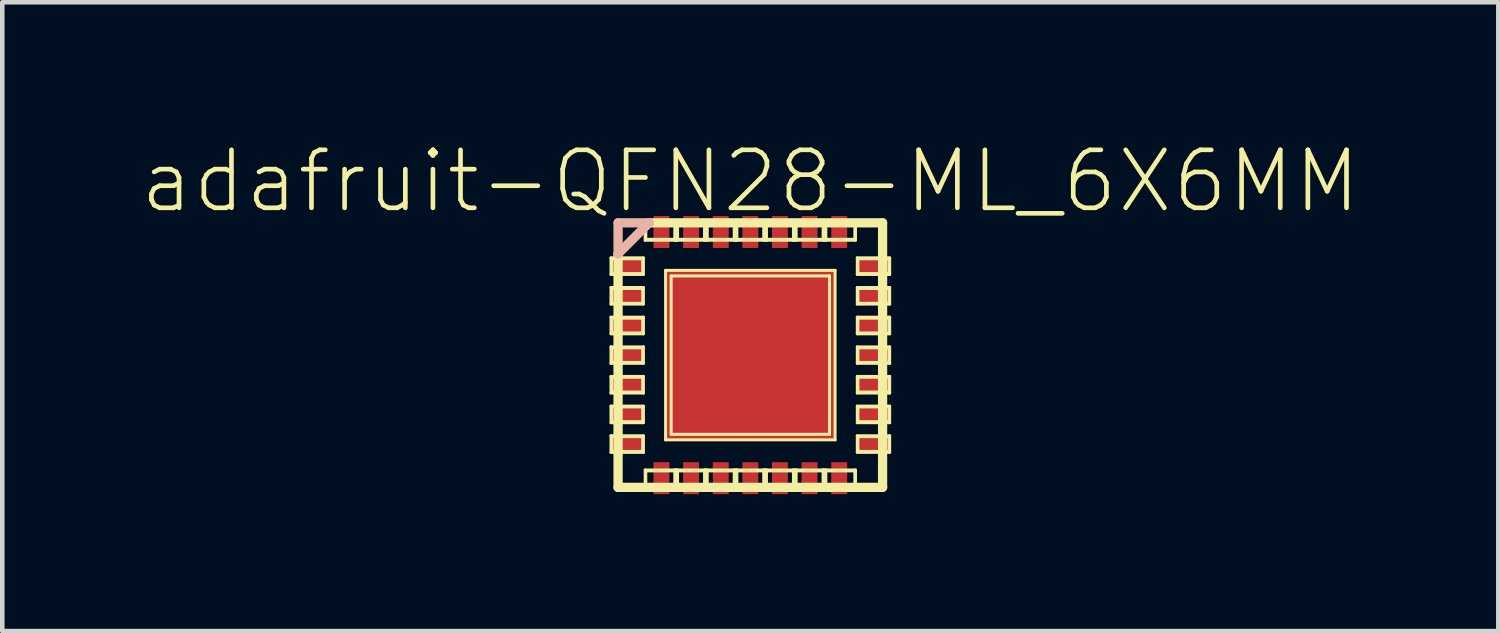
<source format=kicad_pcb>
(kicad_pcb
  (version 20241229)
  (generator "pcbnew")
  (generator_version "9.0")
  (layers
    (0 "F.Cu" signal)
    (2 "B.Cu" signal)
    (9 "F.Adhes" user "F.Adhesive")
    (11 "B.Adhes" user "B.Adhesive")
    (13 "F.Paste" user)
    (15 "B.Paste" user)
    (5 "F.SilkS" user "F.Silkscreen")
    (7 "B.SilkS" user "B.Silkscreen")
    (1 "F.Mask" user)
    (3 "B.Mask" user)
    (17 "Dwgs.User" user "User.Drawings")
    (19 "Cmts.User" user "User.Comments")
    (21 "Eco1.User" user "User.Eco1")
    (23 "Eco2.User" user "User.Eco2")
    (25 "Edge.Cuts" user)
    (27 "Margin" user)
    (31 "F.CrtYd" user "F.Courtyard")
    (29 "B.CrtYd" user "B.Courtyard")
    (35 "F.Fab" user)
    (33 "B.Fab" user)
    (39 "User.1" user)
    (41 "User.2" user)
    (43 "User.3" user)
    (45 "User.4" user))
  (footprint "adafruit-QFN28-ML_6X6MM"
    (layer "F.Cu")
    (at 13.391 4.731)
    (property "Reference" "adafruit-QFN28-ML_6X6MM" (at 0 -3.81 0) (layer "F.SilkS") (effects (font (size 1.27 1.27) (thickness 0.102))))
    (attr smd)
    (fp_line (start -3.053 -2.131) (end -2.344 -2.131) (stroke (width 0.066) (type solid)) (layer "F.SilkS"))
    (fp_line (start -3.053 -1.768) (end -3.053 -2.131) (stroke (width 0.066) (type solid)) (layer "F.SilkS"))
    (fp_line (start -3.053 -1.768) (end -2.344 -1.768) (stroke (width 0.066) (type solid)) (layer "F.SilkS"))
    (fp_line (start -3.053 -1.481) (end -2.344 -1.481) (stroke (width 0.066) (type solid)) (layer "F.SilkS"))
    (fp_line (start -3.053 -1.118) (end -3.053 -1.481) (stroke (width 0.066) (type solid)) (layer "F.SilkS"))
    (fp_line (start -3.053 -1.118) (end -2.344 -1.118) (stroke (width 0.066) (type solid)) (layer "F.SilkS"))
    (fp_line (start -3.053 -0.831) (end -2.344 -0.831) (stroke (width 0.066) (type solid)) (layer "F.SilkS"))
    (fp_line (start -3.053 -0.467) (end -3.053 -0.831) (stroke (width 0.066) (type solid)) (layer "F.SilkS"))
    (fp_line (start -3.053 -0.467) (end -2.344 -0.467) (stroke (width 0.066) (type solid)) (layer "F.SilkS"))
    (fp_line (start -3.053 -0.18) (end -2.344 -0.18) (stroke (width 0.066) (type solid)) (layer "F.SilkS"))
    (fp_line (start -3.053 0.18) (end -3.053 -0.18) (stroke (width 0.066) (type solid)) (layer "F.SilkS"))
    (fp_line (start -3.053 0.18) (end -2.344 0.18) (stroke (width 0.066) (type solid)) (layer "F.SilkS"))
    (fp_line (start -3.053 0.467) (end -2.344 0.467) (stroke (width 0.066) (type solid)) (layer "F.SilkS"))
    (fp_line (start -3.053 0.831) (end -3.053 0.467) (stroke (width 0.066) (type solid)) (layer "F.SilkS"))
    (fp_line (start -3.053 0.831) (end -2.344 0.831) (stroke (width 0.066) (type solid)) (layer "F.SilkS"))
    (fp_line (start -3.053 1.118) (end -2.344 1.118) (stroke (width 0.066) (type solid)) (layer "F.SilkS"))
    (fp_line (start -3.053 1.481) (end -3.053 1.118) (stroke (width 0.066) (type solid)) (layer "F.SilkS"))
    (fp_line (start -3.053 1.481) (end -2.344 1.481) (stroke (width 0.066) (type solid)) (layer "F.SilkS"))
    (fp_line (start -3.053 1.768) (end -2.344 1.768) (stroke (width 0.066) (type solid)) (layer "F.SilkS"))
    (fp_line (start -3.053 2.131) (end -3.053 1.768) (stroke (width 0.066) (type solid)) (layer "F.SilkS"))
    (fp_line (start -3.053 2.131) (end -2.344 2.131) (stroke (width 0.066) (type solid)) (layer "F.SilkS"))
    (fp_line (start -3.04 -2.111) (end -2.357 -2.111) (stroke (width 0.066) (type solid)) (layer "F.SilkS"))
    (fp_line (start -3.04 -1.786) (end -3.04 -2.111) (stroke (width 0.066) (type solid)) (layer "F.SilkS"))
    (fp_line (start -3.04 -1.786) (end -2.357 -1.786) (stroke (width 0.066) (type solid)) (layer "F.SilkS"))
    (fp_line (start -3.04 -1.46) (end -2.357 -1.46) (stroke (width 0.066) (type solid)) (layer "F.SilkS"))
    (fp_line (start -3.04 -1.135) (end -3.04 -1.46) (stroke (width 0.066) (type solid)) (layer "F.SilkS"))
    (fp_line (start -3.04 -1.135) (end -2.357 -1.135) (stroke (width 0.066) (type solid)) (layer "F.SilkS"))
    (fp_line (start -3.04 -0.81) (end -2.357 -0.81) (stroke (width 0.066) (type solid)) (layer "F.SilkS"))
    (fp_line (start -3.04 -0.485) (end -3.04 -0.81) (stroke (width 0.066) (type solid)) (layer "F.SilkS"))
    (fp_line (start -3.04 -0.485) (end -2.357 -0.485) (stroke (width 0.066) (type solid)) (layer "F.SilkS"))
    (fp_line (start -3.04 -0.16) (end -2.357 -0.16) (stroke (width 0.066) (type solid)) (layer "F.SilkS"))
    (fp_line (start -3.04 0.16) (end -3.04 -0.16) (stroke (width 0.066) (type solid)) (layer "F.SilkS"))
    (fp_line (start -3.04 0.16) (end -2.357 0.16) (stroke (width 0.066) (type solid)) (layer "F.SilkS"))
    (fp_line (start -3.04 0.485) (end -2.357 0.485) (stroke (width 0.066) (type solid)) (layer "F.SilkS"))
    (fp_line (start -3.04 0.81) (end -3.04 0.485) (stroke (width 0.066) (type solid)) (layer "F.SilkS"))
    (fp_line (start -3.04 0.81) (end -2.357 0.81) (stroke (width 0.066) (type solid)) (layer "F.SilkS"))
    (fp_line (start -3.04 1.135) (end -2.357 1.135) (stroke (width 0.066) (type solid)) (layer "F.SilkS"))
    (fp_line (start -3.04 1.46) (end -3.04 1.135) (stroke (width 0.066) (type solid)) (layer "F.SilkS"))
    (fp_line (start -3.04 1.46) (end -2.357 1.46) (stroke (width 0.066) (type solid)) (layer "F.SilkS"))
    (fp_line (start -3.04 1.786) (end -2.357 1.786) (stroke (width 0.066) (type solid)) (layer "F.SilkS"))
    (fp_line (start -3.04 2.111) (end -3.04 1.786) (stroke (width 0.066) (type solid)) (layer "F.SilkS"))
    (fp_line (start -3.04 2.111) (end -2.357 2.111) (stroke (width 0.066) (type solid)) (layer "F.SilkS"))
    (fp_line (start -2.898 -2.22) (end -2.898 2.898) (stroke (width 0.203) (type solid)) (layer "F.SilkS"))
    (fp_line (start -2.898 2.898) (end 2.898 2.898) (stroke (width 0.203) (type solid)) (layer "F.SilkS"))
    (fp_line (start -2.357 -1.786) (end -2.357 -2.111) (stroke (width 0.066) (type solid)) (layer "F.SilkS"))
    (fp_line (start -2.357 -1.135) (end -2.357 -1.46) (stroke (width 0.066) (type solid)) (layer "F.SilkS"))
    (fp_line (start -2.357 -0.485) (end -2.357 -0.81) (stroke (width 0.066) (type solid)) (layer "F.SilkS"))
    (fp_line (start -2.357 0.16) (end -2.357 -0.16) (stroke (width 0.066) (type solid)) (layer "F.SilkS"))
    (fp_line (start -2.357 0.81) (end -2.357 0.485) (stroke (width 0.066) (type solid)) (layer "F.SilkS"))
    (fp_line (start -2.357 1.46) (end -2.357 1.135) (stroke (width 0.066) (type solid)) (layer "F.SilkS"))
    (fp_line (start -2.357 2.111) (end -2.357 1.786) (stroke (width 0.066) (type solid)) (layer "F.SilkS"))
    (fp_line (start -2.344 -1.768) (end -2.344 -2.131) (stroke (width 0.066) (type solid)) (layer "F.SilkS"))
    (fp_line (start -2.344 -1.118) (end -2.344 -1.481) (stroke (width 0.066) (type solid)) (layer "F.SilkS"))
    (fp_line (start -2.344 -0.467) (end -2.344 -0.831) (stroke (width 0.066) (type solid)) (layer "F.SilkS"))
    (fp_line (start -2.344 0.18) (end -2.344 -0.18) (stroke (width 0.066) (type solid)) (layer "F.SilkS"))
    (fp_line (start -2.344 0.831) (end -2.344 0.467) (stroke (width 0.066) (type solid)) (layer "F.SilkS"))
    (fp_line (start -2.344 1.481) (end -2.344 1.118) (stroke (width 0.066) (type solid)) (layer "F.SilkS"))
    (fp_line (start -2.344 2.131) (end -2.344 1.768) (stroke (width 0.066) (type solid)) (layer "F.SilkS"))
    (fp_line (start -2.304 -2.88) (end -1.595 -2.88) (stroke (width 0.066) (type solid)) (layer "F.SilkS"))
    (fp_line (start -2.304 -2.517) (end -2.304 -2.88) (stroke (width 0.066) (type solid)) (layer "F.SilkS"))
    (fp_line (start -2.304 -2.517) (end -1.595 -2.517) (stroke (width 0.066) (type solid)) (layer "F.SilkS"))
    (fp_line (start -2.304 2.517) (end -1.595 2.517) (stroke (width 0.066) (type solid)) (layer "F.SilkS"))
    (fp_line (start -2.304 2.88) (end -2.304 2.517) (stroke (width 0.066) (type solid)) (layer "F.SilkS"))
    (fp_line (start -2.304 2.88) (end -1.595 2.88) (stroke (width 0.066) (type solid)) (layer "F.SilkS"))
    (fp_line (start -2.291 -2.863) (end -1.608 -2.863) (stroke (width 0.066) (type solid)) (layer "F.SilkS"))
    (fp_line (start -2.291 -2.537) (end -2.291 -2.863) (stroke (width 0.066) (type solid)) (layer "F.SilkS"))
    (fp_line (start -2.291 -2.537) (end -1.608 -2.537) (stroke (width 0.066) (type solid)) (layer "F.SilkS"))
    (fp_line (start -2.291 2.537) (end -1.608 2.537) (stroke (width 0.066) (type solid)) (layer "F.SilkS"))
    (fp_line (start -2.291 2.863) (end -2.291 2.537) (stroke (width 0.066) (type solid)) (layer "F.SilkS"))
    (fp_line (start -2.291 2.863) (end -1.608 2.863) (stroke (width 0.066) (type solid)) (layer "F.SilkS"))
    (fp_line (start -1.857 -1.857) (end 1.857 -1.857) (stroke (width 0.066) (type solid)) (layer "F.SilkS"))
    (fp_line (start -1.857 1.857) (end -1.857 -1.857) (stroke (width 0.066) (type solid)) (layer "F.SilkS"))
    (fp_line (start -1.857 1.857) (end 1.857 1.857) (stroke (width 0.066) (type solid)) (layer "F.SilkS"))
    (fp_line (start -1.735 -1.735) (end 1.735 -1.735) (stroke (width 0.066) (type solid)) (layer "F.SilkS"))
    (fp_line (start -1.735 1.735) (end -1.735 -1.735) (stroke (width 0.066) (type solid)) (layer "F.SilkS"))
    (fp_line (start -1.735 1.735) (end 1.735 1.735) (stroke (width 0.066) (type solid)) (layer "F.SilkS"))
    (fp_line (start -1.654 -2.88) (end -0.945 -2.88) (stroke (width 0.066) (type solid)) (layer "F.SilkS"))
    (fp_line (start -1.654 -2.517) (end -1.654 -2.88) (stroke (width 0.066) (type solid)) (layer "F.SilkS"))
    (fp_line (start -1.654 -2.517) (end -0.945 -2.517) (stroke (width 0.066) (type solid)) (layer "F.SilkS"))
    (fp_line (start -1.654 2.517) (end -0.945 2.517) (stroke (width 0.066) (type solid)) (layer "F.SilkS"))
    (fp_line (start -1.654 2.88) (end -1.654 2.517) (stroke (width 0.066) (type solid)) (layer "F.SilkS"))
    (fp_line (start -1.654 2.88) (end -0.945 2.88) (stroke (width 0.066) (type solid)) (layer "F.SilkS"))
    (fp_line (start -1.641 -2.863) (end -0.958 -2.863) (stroke (width 0.066) (type solid)) (layer "F.SilkS"))
    (fp_line (start -1.641 -2.537) (end -1.641 -2.863) (stroke (width 0.066) (type solid)) (layer "F.SilkS"))
    (fp_line (start -1.641 -2.537) (end -0.958 -2.537) (stroke (width 0.066) (type solid)) (layer "F.SilkS"))
    (fp_line (start -1.641 2.537) (end -0.958 2.537) (stroke (width 0.066) (type solid)) (layer "F.SilkS"))
    (fp_line (start -1.641 2.863) (end -1.641 2.537) (stroke (width 0.066) (type solid)) (layer "F.SilkS"))
    (fp_line (start -1.641 2.863) (end -0.958 2.863) (stroke (width 0.066) (type solid)) (layer "F.SilkS"))
    (fp_line (start -1.608 -2.537) (end -1.608 -2.863) (stroke (width 0.066) (type solid)) (layer "F.SilkS"))
    (fp_line (start -1.608 2.863) (end -1.608 2.537) (stroke (width 0.066) (type solid)) (layer "F.SilkS"))
    (fp_line (start -1.595 -2.517) (end -1.595 -2.88) (stroke (width 0.066) (type solid)) (layer "F.SilkS"))
    (fp_line (start -1.595 2.88) (end -1.595 2.517) (stroke (width 0.066) (type solid)) (layer "F.SilkS"))
    (fp_line (start -1.003 -2.88) (end -0.295 -2.88) (stroke (width 0.066) (type solid)) (layer "F.SilkS"))
    (fp_line (start -1.003 -2.517) (end -1.003 -2.88) (stroke (width 0.066) (type solid)) (layer "F.SilkS"))
    (fp_line (start -1.003 -2.517) (end -0.295 -2.517) (stroke (width 0.066) (type solid)) (layer "F.SilkS"))
    (fp_line (start -1.003 2.517) (end -0.295 2.517) (stroke (width 0.066) (type solid)) (layer "F.SilkS"))
    (fp_line (start -1.003 2.88) (end -1.003 2.517) (stroke (width 0.066) (type solid)) (layer "F.SilkS"))
    (fp_line (start -1.003 2.88) (end -0.295 2.88) (stroke (width 0.066) (type solid)) (layer "F.SilkS"))
    (fp_line (start -0.991 -2.863) (end -0.307 -2.863) (stroke (width 0.066) (type solid)) (layer "F.SilkS"))
    (fp_line (start -0.991 -2.537) (end -0.991 -2.863) (stroke (width 0.066) (type solid)) (layer "F.SilkS"))
    (fp_line (start -0.991 -2.537) (end -0.307 -2.537) (stroke (width 0.066) (type solid)) (layer "F.SilkS"))
    (fp_line (start -0.991 2.537) (end -0.307 2.537) (stroke (width 0.066) (type solid)) (layer "F.SilkS"))
    (fp_line (start -0.991 2.863) (end -0.991 2.537) (stroke (width 0.066) (type solid)) (layer "F.SilkS"))
    (fp_line (start -0.991 2.863) (end -0.307 2.863) (stroke (width 0.066) (type solid)) (layer "F.SilkS"))
    (fp_line (start -0.958 -2.537) (end -0.958 -2.863) (stroke (width 0.066) (type solid)) (layer "F.SilkS"))
    (fp_line (start -0.958 2.863) (end -0.958 2.537) (stroke (width 0.066) (type solid)) (layer "F.SilkS"))
    (fp_line (start -0.945 -2.517) (end -0.945 -2.88) (stroke (width 0.066) (type solid)) (layer "F.SilkS"))
    (fp_line (start -0.945 2.88) (end -0.945 2.517) (stroke (width 0.066) (type solid)) (layer "F.SilkS"))
    (fp_line (start -0.353 -2.88) (end 0.353 -2.88) (stroke (width 0.066) (type solid)) (layer "F.SilkS"))
    (fp_line (start -0.353 -2.517) (end -0.353 -2.88) (stroke (width 0.066) (type solid)) (layer "F.SilkS"))
    (fp_line (start -0.353 -2.517) (end 0.353 -2.517) (stroke (width 0.066) (type solid)) (layer "F.SilkS"))
    (fp_line (start -0.353 2.517) (end 0.353 2.517) (stroke (width 0.066) (type solid)) (layer "F.SilkS"))
    (fp_line (start -0.353 2.88) (end -0.353 2.517) (stroke (width 0.066) (type solid)) (layer "F.SilkS"))
    (fp_line (start -0.353 2.88) (end 0.353 2.88) (stroke (width 0.066) (type solid)) (layer "F.SilkS"))
    (fp_line (start -0.34 -2.863) (end 0.34 -2.863) (stroke (width 0.066) (type solid)) (layer "F.SilkS"))
    (fp_line (start -0.34 -2.537) (end -0.34 -2.863) (stroke (width 0.066) (type solid)) (layer "F.SilkS"))
    (fp_line (start -0.34 -2.537) (end 0.34 -2.537) (stroke (width 0.066) (type solid)) (layer "F.SilkS"))
    (fp_line (start -0.34 2.537) (end 0.34 2.537) (stroke (width 0.066) (type solid)) (layer "F.SilkS"))
    (fp_line (start -0.34 2.863) (end -0.34 2.537) (stroke (width 0.066) (type solid)) (layer "F.SilkS"))
    (fp_line (start -0.34 2.863) (end 0.34 2.863) (stroke (width 0.066) (type solid)) (layer "F.SilkS"))
    (fp_line (start -0.307 -2.537) (end -0.307 -2.863) (stroke (width 0.066) (type solid)) (layer "F.SilkS"))
    (fp_line (start -0.307 2.863) (end -0.307 2.537) (stroke (width 0.066) (type solid)) (layer "F.SilkS"))
    (fp_line (start -0.295 -2.517) (end -0.295 -2.88) (stroke (width 0.066) (type solid)) (layer "F.SilkS"))
    (fp_line (start -0.295 2.88) (end -0.295 2.517) (stroke (width 0.066) (type solid)) (layer "F.SilkS"))
    (fp_line (start 0.295 -2.88) (end 1.003 -2.88) (stroke (width 0.066) (type solid)) (layer "F.SilkS"))
    (fp_line (start 0.295 -2.517) (end 0.295 -2.88) (stroke (width 0.066) (type solid)) (layer "F.SilkS"))
    (fp_line (start 0.295 -2.517) (end 1.003 -2.517) (stroke (width 0.066) (type solid)) (layer "F.SilkS"))
    (fp_line (start 0.295 2.517) (end 1.003 2.517) (stroke (width 0.066) (type solid)) (layer "F.SilkS"))
    (fp_line (start 0.295 2.88) (end 0.295 2.517) (stroke (width 0.066) (type solid)) (layer "F.SilkS"))
    (fp_line (start 0.295 2.88) (end 1.003 2.88) (stroke (width 0.066) (type solid)) (layer "F.SilkS"))
    (fp_line (start 0.307 -2.863) (end 0.991 -2.863) (stroke (width 0.066) (type solid)) (layer "F.SilkS"))
    (fp_line (start 0.307 -2.537) (end 0.307 -2.863) (stroke (width 0.066) (type solid)) (layer "F.SilkS"))
    (fp_line (start 0.307 -2.537) (end 0.991 -2.537) (stroke (width 0.066) (type solid)) (layer "F.SilkS"))
    (fp_line (start 0.307 2.537) (end 0.991 2.537) (stroke (width 0.066) (type solid)) (layer "F.SilkS"))
    (fp_line (start 0.307 2.863) (end 0.307 2.537) (stroke (width 0.066) (type solid)) (layer "F.SilkS"))
    (fp_line (start 0.307 2.863) (end 0.991 2.863) (stroke (width 0.066) (type solid)) (layer "F.SilkS"))
    (fp_line (start 0.34 -2.537) (end 0.34 -2.863) (stroke (width 0.066) (type solid)) (layer "F.SilkS"))
    (fp_line (start 0.34 2.863) (end 0.34 2.537) (stroke (width 0.066) (type solid)) (layer "F.SilkS"))
    (fp_line (start 0.353 -2.517) (end 0.353 -2.88) (stroke (width 0.066) (type solid)) (layer "F.SilkS"))
    (fp_line (start 0.353 2.88) (end 0.353 2.517) (stroke (width 0.066) (type solid)) (layer "F.SilkS"))
    (fp_line (start 0.945 -2.88) (end 1.654 -2.88) (stroke (width 0.066) (type solid)) (layer "F.SilkS"))
    (fp_line (start 0.945 -2.517) (end 0.945 -2.88) (stroke (width 0.066) (type solid)) (layer "F.SilkS"))
    (fp_line (start 0.945 -2.517) (end 1.654 -2.517) (stroke (width 0.066) (type solid)) (layer "F.SilkS"))
    (fp_line (start 0.945 2.517) (end 1.654 2.517) (stroke (width 0.066) (type solid)) (layer "F.SilkS"))
    (fp_line (start 0.945 2.88) (end 0.945 2.517) (stroke (width 0.066) (type solid)) (layer "F.SilkS"))
    (fp_line (start 0.945 2.88) (end 1.654 2.88) (stroke (width 0.066) (type solid)) (layer "F.SilkS"))
    (fp_line (start 0.958 -2.863) (end 1.641 -2.863) (stroke (width 0.066) (type solid)) (layer "F.SilkS"))
    (fp_line (start 0.958 -2.537) (end 0.958 -2.863) (stroke (width 0.066) (type solid)) (layer "F.SilkS"))
    (fp_line (start 0.958 -2.537) (end 1.641 -2.537) (stroke (width 0.066) (type solid)) (layer "F.SilkS"))
    (fp_line (start 0.958 2.537) (end 1.641 2.537) (stroke (width 0.066) (type solid)) (layer "F.SilkS"))
    (fp_line (start 0.958 2.863) (end 0.958 2.537) (stroke (width 0.066) (type solid)) (layer "F.SilkS"))
    (fp_line (start 0.958 2.863) (end 1.641 2.863) (stroke (width 0.066) (type solid)) (layer "F.SilkS"))
    (fp_line (start 0.991 -2.537) (end 0.991 -2.863) (stroke (width 0.066) (type solid)) (layer "F.SilkS"))
    (fp_line (start 0.991 2.863) (end 0.991 2.537) (stroke (width 0.066) (type solid)) (layer "F.SilkS"))
    (fp_line (start 1.003 -2.517) (end 1.003 -2.88) (stroke (width 0.066) (type solid)) (layer "F.SilkS"))
    (fp_line (start 1.003 2.88) (end 1.003 2.517) (stroke (width 0.066) (type solid)) (layer "F.SilkS"))
    (fp_line (start 1.595 -2.88) (end 2.304 -2.88) (stroke (width 0.066) (type solid)) (layer "F.SilkS"))
    (fp_line (start 1.595 -2.517) (end 1.595 -2.88) (stroke (width 0.066) (type solid)) (layer "F.SilkS"))
    (fp_line (start 1.595 -2.517) (end 2.304 -2.517) (stroke (width 0.066) (type solid)) (layer "F.SilkS"))
    (fp_line (start 1.595 2.517) (end 2.304 2.517) (stroke (width 0.066) (type solid)) (layer "F.SilkS"))
    (fp_line (start 1.595 2.88) (end 1.595 2.517) (stroke (width 0.066) (type solid)) (layer "F.SilkS"))
    (fp_line (start 1.595 2.88) (end 2.304 2.88) (stroke (width 0.066) (type solid)) (layer "F.SilkS"))
    (fp_line (start 1.608 -2.863) (end 2.291 -2.863) (stroke (width 0.066) (type solid)) (layer "F.SilkS"))
    (fp_line (start 1.608 -2.537) (end 1.608 -2.863) (stroke (width 0.066) (type solid)) (layer "F.SilkS"))
    (fp_line (start 1.608 -2.537) (end 2.291 -2.537) (stroke (width 0.066) (type solid)) (layer "F.SilkS"))
    (fp_line (start 1.608 2.537) (end 2.291 2.537) (stroke (width 0.066) (type solid)) (layer "F.SilkS"))
    (fp_line (start 1.608 2.863) (end 1.608 2.537) (stroke (width 0.066) (type solid)) (layer "F.SilkS"))
    (fp_line (start 1.608 2.863) (end 2.291 2.863) (stroke (width 0.066) (type solid)) (layer "F.SilkS"))
    (fp_line (start 1.641 -2.537) (end 1.641 -2.863) (stroke (width 0.066) (type solid)) (layer "F.SilkS"))
    (fp_line (start 1.641 2.863) (end 1.641 2.537) (stroke (width 0.066) (type solid)) (layer "F.SilkS"))
    (fp_line (start 1.654 -2.517) (end 1.654 -2.88) (stroke (width 0.066) (type solid)) (layer "F.SilkS"))
    (fp_line (start 1.654 2.88) (end 1.654 2.517) (stroke (width 0.066) (type solid)) (layer "F.SilkS"))
    (fp_line (start 1.735 1.735) (end 1.735 -1.735) (stroke (width 0.066) (type solid)) (layer "F.SilkS"))
    (fp_line (start 1.857 1.857) (end 1.857 -1.857) (stroke (width 0.066) (type solid)) (layer "F.SilkS"))
    (fp_line (start 2.291 -2.537) (end 2.291 -2.863) (stroke (width 0.066) (type solid)) (layer "F.SilkS"))
    (fp_line (start 2.291 2.863) (end 2.291 2.537) (stroke (width 0.066) (type solid)) (layer "F.SilkS"))
    (fp_line (start 2.304 -2.517) (end 2.304 -2.88) (stroke (width 0.066) (type solid)) (layer "F.SilkS"))
    (fp_line (start 2.304 2.88) (end 2.304 2.517) (stroke (width 0.066) (type solid)) (layer "F.SilkS"))
    (fp_line (start 2.344 -2.131) (end 3.053 -2.131) (stroke (width 0.066) (type solid)) (layer "F.SilkS"))
    (fp_line (start 2.344 -1.768) (end 2.344 -2.131) (stroke (width 0.066) (type solid)) (layer "F.SilkS"))
    (fp_line (start 2.344 -1.768) (end 3.053 -1.768) (stroke (width 0.066) (type solid)) (layer "F.SilkS"))
    (fp_line (start 2.344 -1.481) (end 3.053 -1.481) (stroke (width 0.066) (type solid)) (layer "F.SilkS"))
    (fp_line (start 2.344 -1.118) (end 2.344 -1.481) (stroke (width 0.066) (type solid)) (layer "F.SilkS"))
    (fp_line (start 2.344 -1.118) (end 3.053 -1.118) (stroke (width 0.066) (type solid)) (layer "F.SilkS"))
    (fp_line (start 2.344 -0.831) (end 3.053 -0.831) (stroke (width 0.066) (type solid)) (layer "F.SilkS"))
    (fp_line (start 2.344 -0.467) (end 2.344 -0.831) (stroke (width 0.066) (type solid)) (layer "F.SilkS"))
    (fp_line (start 2.344 -0.467) (end 3.053 -0.467) (stroke (width 0.066) (type solid)) (layer "F.SilkS"))
    (fp_line (start 2.344 -0.18) (end 3.053 -0.18) (stroke (width 0.066) (type solid)) (layer "F.SilkS"))
    (fp_line (start 2.344 0.18) (end 2.344 -0.18) (stroke (width 0.066) (type solid)) (layer "F.SilkS"))
    (fp_line (start 2.344 0.18) (end 3.053 0.18) (stroke (width 0.066) (type solid)) (layer "F.SilkS"))
    (fp_line (start 2.344 0.467) (end 3.053 0.467) (stroke (width 0.066) (type solid)) (layer "F.SilkS"))
    (fp_line (start 2.344 0.831) (end 2.344 0.467) (stroke (width 0.066) (type solid)) (layer "F.SilkS"))
    (fp_line (start 2.344 0.831) (end 3.053 0.831) (stroke (width 0.066) (type solid)) (layer "F.SilkS"))
    (fp_line (start 2.344 1.118) (end 3.053 1.118) (stroke (width 0.066) (type solid)) (layer "F.SilkS"))
    (fp_line (start 2.344 1.481) (end 2.344 1.118) (stroke (width 0.066) (type solid)) (layer "F.SilkS"))
    (fp_line (start 2.344 1.481) (end 3.053 1.481) (stroke (width 0.066) (type solid)) (layer "F.SilkS"))
    (fp_line (start 2.344 1.768) (end 3.053 1.768) (stroke (width 0.066) (type solid)) (layer "F.SilkS"))
    (fp_line (start 2.344 2.131) (end 2.344 1.768) (stroke (width 0.066) (type solid)) (layer "F.SilkS"))
    (fp_line (start 2.344 2.131) (end 3.053 2.131) (stroke (width 0.066) (type solid)) (layer "F.SilkS"))
    (fp_line (start 2.357 -2.111) (end 3.04 -2.111) (stroke (width 0.066) (type solid)) (layer "F.SilkS"))
    (fp_line (start 2.357 -1.786) (end 2.357 -2.111) (stroke (width 0.066) (type solid)) (layer "F.SilkS"))
    (fp_line (start 2.357 -1.786) (end 3.04 -1.786) (stroke (width 0.066) (type solid)) (layer "F.SilkS"))
    (fp_line (start 2.357 -1.46) (end 3.04 -1.46) (stroke (width 0.066) (type solid)) (layer "F.SilkS"))
    (fp_line (start 2.357 -1.135) (end 2.357 -1.46) (stroke (width 0.066) (type solid)) (layer "F.SilkS"))
    (fp_line (start 2.357 -1.135) (end 3.04 -1.135) (stroke (width 0.066) (type solid)) (layer "F.SilkS"))
    (fp_line (start 2.357 -0.81) (end 3.04 -0.81) (stroke (width 0.066) (type solid)) (layer "F.SilkS"))
    (fp_line (start 2.357 -0.485) (end 2.357 -0.81) (stroke (width 0.066) (type solid)) (layer "F.SilkS"))
    (fp_line (start 2.357 -0.485) (end 3.04 -0.485) (stroke (width 0.066) (type solid)) (layer "F.SilkS"))
    (fp_line (start 2.357 -0.16) (end 3.04 -0.16) (stroke (width 0.066) (type solid)) (layer "F.SilkS"))
    (fp_line (start 2.357 0.16) (end 2.357 -0.16) (stroke (width 0.066) (type solid)) (layer "F.SilkS"))
    (fp_line (start 2.357 0.16) (end 3.04 0.16) (stroke (width 0.066) (type solid)) (layer "F.SilkS"))
    (fp_line (start 2.357 0.485) (end 3.04 0.485) (stroke (width 0.066) (type solid)) (layer "F.SilkS"))
    (fp_line (start 2.357 0.81) (end 2.357 0.485) (stroke (width 0.066) (type solid)) (layer "F.SilkS"))
    (fp_line (start 2.357 0.81) (end 3.04 0.81) (stroke (width 0.066) (type solid)) (layer "F.SilkS"))
    (fp_line (start 2.357 1.135) (end 3.04 1.135) (stroke (width 0.066) (type solid)) (layer "F.SilkS"))
    (fp_line (start 2.357 1.46) (end 2.357 1.135) (stroke (width 0.066) (type solid)) (layer "F.SilkS"))
    (fp_line (start 2.357 1.46) (end 3.04 1.46) (stroke (width 0.066) (type solid)) (layer "F.SilkS"))
    (fp_line (start 2.357 1.786) (end 3.04 1.786) (stroke (width 0.066) (type solid)) (layer "F.SilkS"))
    (fp_line (start 2.357 2.111) (end 2.357 1.786) (stroke (width 0.066) (type solid)) (layer "F.SilkS"))
    (fp_line (start 2.357 2.111) (end 3.04 2.111) (stroke (width 0.066) (type solid)) (layer "F.SilkS"))
    (fp_line (start 2.898 -2.898) (end -2.22 -2.898) (stroke (width 0.203) (type solid)) (layer "F.SilkS"))
    (fp_line (start 2.898 2.898) (end 2.898 -2.898) (stroke (width 0.203) (type solid)) (layer "F.SilkS"))
    (fp_line (start 3.04 -1.786) (end 3.04 -2.111) (stroke (width 0.066) (type solid)) (layer "F.SilkS"))
    (fp_line (start 3.04 -1.135) (end 3.04 -1.46) (stroke (width 0.066) (type solid)) (layer "F.SilkS"))
    (fp_line (start 3.04 -0.485) (end 3.04 -0.81) (stroke (width 0.066) (type solid)) (layer "F.SilkS"))
    (fp_line (start 3.04 0.16) (end 3.04 -0.16) (stroke (width 0.066) (type solid)) (layer "F.SilkS"))
    (fp_line (start 3.04 0.81) (end 3.04 0.485) (stroke (width 0.066) (type solid)) (layer "F.SilkS"))
    (fp_line (start 3.04 1.46) (end 3.04 1.135) (stroke (width 0.066) (type solid)) (layer "F.SilkS"))
    (fp_line (start 3.04 2.111) (end 3.04 1.786) (stroke (width 0.066) (type solid)) (layer "F.SilkS"))
    (fp_line (start 3.053 -1.768) (end 3.053 -2.131) (stroke (width 0.066) (type solid)) (layer "F.SilkS"))
    (fp_line (start 3.053 -1.118) (end 3.053 -1.481) (stroke (width 0.066) (type solid)) (layer "F.SilkS"))
    (fp_line (start 3.053 -0.467) (end 3.053 -0.831) (stroke (width 0.066) (type solid)) (layer "F.SilkS"))
    (fp_line (start 3.053 0.18) (end 3.053 -0.18) (stroke (width 0.066) (type solid)) (layer "F.SilkS"))
    (fp_line (start 3.053 0.831) (end 3.053 0.467) (stroke (width 0.066) (type solid)) (layer "F.SilkS"))
    (fp_line (start 3.053 1.481) (end 3.053 1.118) (stroke (width 0.066) (type solid)) (layer "F.SilkS"))
    (fp_line (start 3.053 2.131) (end 3.053 1.768) (stroke (width 0.066) (type solid)) (layer "F.SilkS"))
    (fp_line (start -2.898 -2.898) (end -2.22 -2.898) (stroke (width 0.203) (type solid)) (layer "B.SilkS"))
    (fp_line (start -2.898 -2.22) (end -2.898 -2.898) (stroke (width 0.203) (type solid)) (layer "B.SilkS"))
    (fp_line (start -2.22 -2.898) (end -2.898 -2.22) (stroke (width 0.203) (type solid)) (layer "B.SilkS"))
    (fp_line (start -2.22 -2.898) (end -2.22 -2.898) (stroke (width 0.203) (type solid)) (layer "B.SilkS"))
    (pad "1" smd rect (at -2.697 -1.948) (size 0.699 0.348) (layers "F.Cu" "F.Mask" "F.Paste"))
    (pad "2" smd rect (at -2.697 -1.298) (size 0.699 0.348) (layers "F.Cu" "F.Mask" "F.Paste"))
    (pad "3" smd rect (at -2.697 -0.648) (size 0.699 0.348) (layers "F.Cu" "F.Mask" "F.Paste"))
    (pad "4" smd rect (at -2.697 0) (size 0.699 0.348) (layers "F.Cu" "F.Mask" "F.Paste"))
    (pad "5" smd rect (at -2.697 0.648) (size 0.699 0.348) (layers "F.Cu" "F.Mask" "F.Paste"))
    (pad "6" smd rect (at -2.697 1.298) (size 0.699 0.348) (layers "F.Cu" "F.Mask" "F.Paste"))
    (pad "7" smd rect (at -2.697 1.948) (size 0.699 0.348) (layers "F.Cu" "F.Mask" "F.Paste"))
    (pad "8" smd rect (at -1.948 2.697) (size 0.348 0.699) (layers "F.Cu" "F.Mask" "F.Paste"))
    (pad "9" smd rect (at -1.298 2.697) (size 0.348 0.699) (layers "F.Cu" "F.Mask" "F.Paste"))
    (pad "10" smd rect (at -0.648 2.697) (size 0.348 0.699) (layers "F.Cu" "F.Mask" "F.Paste"))
    (pad "11" smd rect (at 0 2.697) (size 0.348 0.699) (layers "F.Cu" "F.Mask" "F.Paste"))
    (pad "12" smd rect (at 0.648 2.697) (size 0.348 0.699) (layers "F.Cu" "F.Mask" "F.Paste"))
    (pad "13" smd rect (at 1.298 2.697) (size 0.348 0.699) (layers "F.Cu" "F.Mask" "F.Paste"))
    (pad "14" smd rect (at 1.948 2.697) (size 0.348 0.699) (layers "F.Cu" "F.Mask" "F.Paste"))
    (pad "15" smd rect (at 2.697 1.948) (size 0.699 0.348) (layers "F.Cu" "F.Mask" "F.Paste"))
    (pad "16" smd rect (at 2.697 1.298) (size 0.699 0.348) (layers "F.Cu" "F.Mask" "F.Paste"))
    (pad "17" smd rect (at 2.697 0.648) (size 0.699 0.348) (layers "F.Cu" "F.Mask" "F.Paste"))
    (pad "18" smd rect (at 2.697 0) (size 0.699 0.348) (layers "F.Cu" "F.Mask" "F.Paste"))
    (pad "19" smd rect (at 2.697 -0.648) (size 0.699 0.348) (layers "F.Cu" "F.Mask" "F.Paste"))
    (pad "20" smd rect (at 2.697 -1.298) (size 0.699 0.348) (layers "F.Cu" "F.Mask" "F.Paste"))
    (pad "21" smd rect (at 2.697 -1.948) (size 0.699 0.348) (layers "F.Cu" "F.Mask" "F.Paste"))
    (pad "22" smd rect (at 1.948 -2.697) (size 0.348 0.699) (layers "F.Cu" "F.Mask" "F.Paste"))
    (pad "23" smd rect (at 1.298 -2.697) (size 0.348 0.699) (layers "F.Cu" "F.Mask" "F.Paste"))
    (pad "24" smd rect (at 0.648 -2.697) (size 0.348 0.699) (layers "F.Cu" "F.Mask" "F.Paste"))
    (pad "25" smd rect (at 0 -2.697) (size 0.348 0.699) (layers "F.Cu" "F.Mask" "F.Paste"))
    (pad "26" smd rect (at -0.648 -2.697) (size 0.348 0.699) (layers "F.Cu" "F.Mask" "F.Paste"))
    (pad "27" smd rect (at -1.298 -2.697) (size 0.348 0.699) (layers "F.Cu" "F.Mask" "F.Paste"))
    (pad "28" smd rect (at -1.948 -2.697) (size 0.348 0.699) (layers "F.Cu" "F.Mask" "F.Paste"))
    (pad "EXP" smd rect (at 0 0) (size 3.698 3.698) (layers "F.Cu" "F.Mask" "F.Paste")))
  (gr_rect
    (start -3 -3)
    (end 29.781 10.778)
    (stroke (width 0.1) (type default))
    (fill no)
    (layer "Edge.Cuts")))
</source>
